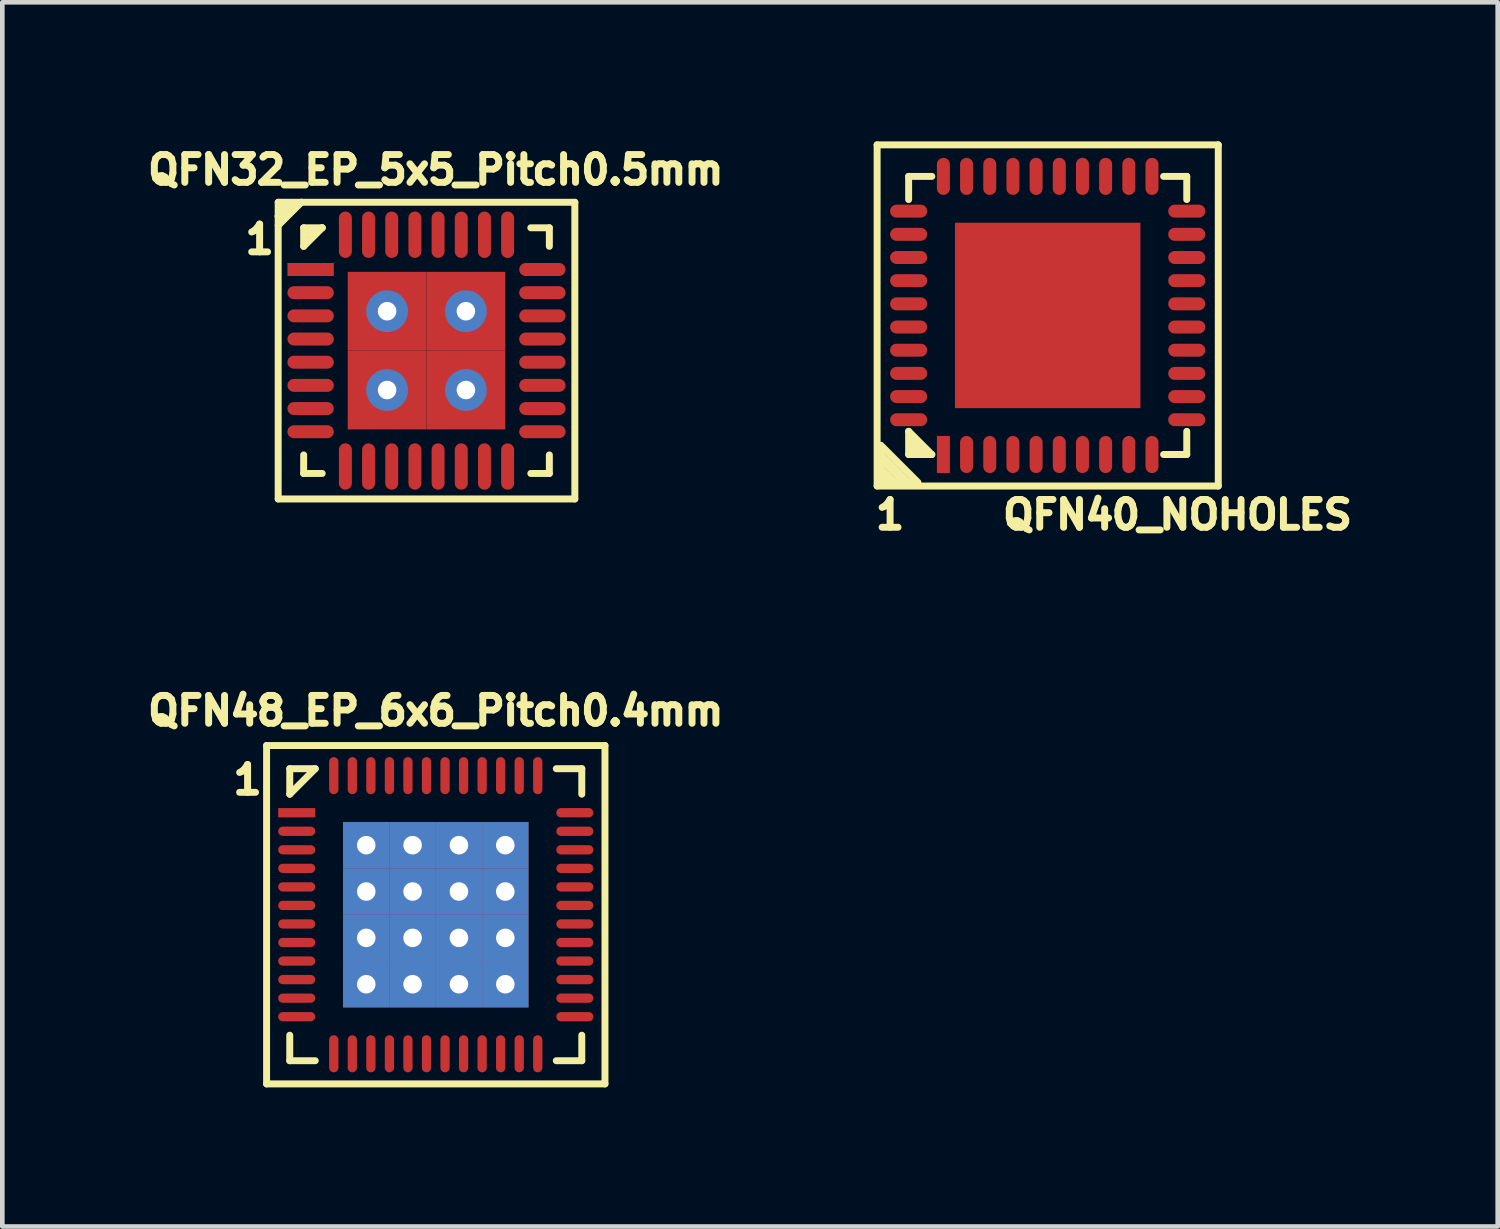
<source format=kicad_pcb>
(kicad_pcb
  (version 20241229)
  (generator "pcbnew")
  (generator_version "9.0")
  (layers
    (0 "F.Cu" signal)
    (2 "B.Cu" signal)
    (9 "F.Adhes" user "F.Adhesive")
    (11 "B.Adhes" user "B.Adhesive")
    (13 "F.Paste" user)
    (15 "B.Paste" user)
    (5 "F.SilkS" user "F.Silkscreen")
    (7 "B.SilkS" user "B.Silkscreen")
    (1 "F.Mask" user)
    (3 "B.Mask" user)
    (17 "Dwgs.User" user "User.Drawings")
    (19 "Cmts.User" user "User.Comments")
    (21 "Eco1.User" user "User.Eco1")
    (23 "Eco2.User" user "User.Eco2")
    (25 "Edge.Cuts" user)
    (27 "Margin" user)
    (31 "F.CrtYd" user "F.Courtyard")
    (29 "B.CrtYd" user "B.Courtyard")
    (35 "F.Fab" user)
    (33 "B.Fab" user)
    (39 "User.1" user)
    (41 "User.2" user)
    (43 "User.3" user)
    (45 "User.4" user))
  (footprint "QFN40_NOHOLES"
    (layer "F.Cu")
    (at 19.552 3.755)
    (property "Reference" "QFN40_NOHOLES" (at 2.8 4.3 180) (layer "F.SilkS") (effects (font (size 0.6 0.6) (thickness 0.15))))
    (attr smd)
    (fp_line (start -3.68 -3.68) (end 3.68 -3.68) (stroke (width 0.15) (type solid)) (layer "F.SilkS"))
    (fp_line (start -3.68 3.68) (end -3.68 -3.68) (stroke (width 0.15) (type solid)) (layer "F.SilkS"))
    (fp_line (start -3.6 2.8) (end -2.8 3.6) (stroke (width 0.15) (type solid)) (layer "F.SilkS"))
    (fp_line (start -3.6 2.9) (end -3.6 3.6) (stroke (width 0.15) (type solid)) (layer "F.SilkS"))
    (fp_line (start -3.6 3) (end -3 3.6) (stroke (width 0.15) (type solid)) (layer "F.SilkS"))
    (fp_line (start -3.6 3.1) (end -3.1 3.6) (stroke (width 0.15) (type solid)) (layer "F.SilkS"))
    (fp_line (start -3.6 3.3) (end -3.3 3.6) (stroke (width 0.15) (type solid)) (layer "F.SilkS"))
    (fp_line (start -3.6 3.4) (end -3.4 3.6) (stroke (width 0.15) (type solid)) (layer "F.SilkS"))
    (fp_line (start -3.6 3.6) (end -2.9 3.6) (stroke (width 0.15) (type solid)) (layer "F.SilkS"))
    (fp_line (start -3 -3) (end -2.5 -3) (stroke (width 0.15) (type solid)) (layer "F.SilkS"))
    (fp_line (start -3 -2.5) (end -3 -3) (stroke (width 0.15) (type solid)) (layer "F.SilkS"))
    (fp_line (start -3 2.5) (end -2.5 3) (stroke (width 0.15) (type solid)) (layer "F.SilkS"))
    (fp_line (start -3 3) (end -3 2.5) (stroke (width 0.15) (type solid)) (layer "F.SilkS"))
    (fp_line (start -2.9 2.7) (end -2.7 2.9) (stroke (width 0.15) (type solid)) (layer "F.SilkS"))
    (fp_line (start -2.9 2.9) (end -2.9 2.8) (stroke (width 0.15) (type solid)) (layer "F.SilkS"))
    (fp_line (start -2.7 2.9) (end -2.9 2.9) (stroke (width 0.15) (type solid)) (layer "F.SilkS"))
    (fp_line (start -2.5 3) (end -3 3) (stroke (width 0.15) (type solid)) (layer "F.SilkS"))
    (fp_line (start 2.5 -3) (end 3 -3) (stroke (width 0.15) (type solid)) (layer "F.SilkS"))
    (fp_line (start 3 -3) (end 3 -2.5) (stroke (width 0.15) (type solid)) (layer "F.SilkS"))
    (fp_line (start 3 2.5) (end 3 3) (stroke (width 0.15) (type solid)) (layer "F.SilkS"))
    (fp_line (start 3 3) (end 2.5 3) (stroke (width 0.15) (type solid)) (layer "F.SilkS"))
    (fp_line (start 3.68 -3.68) (end 3.68 3.68) (stroke (width 0.15) (type solid)) (layer "F.SilkS"))
    (fp_line (start 3.68 3.68) (end -3.68 3.68) (stroke (width 0.15) (type solid)) (layer "F.SilkS"))
    (fp_text user "1" (at -3.4 4.3 0) (layer "F.SilkS") (effects (font (size 0.6 0.6) (thickness 0.15))))
    (pad "1" smd rect (at -2.25 3) (size 0.28 0.8) (layers "F.Cu" "F.Mask"))
    (pad "2" smd oval (at -1.75 3) (size 0.28 0.8) (layers "F.Cu" "F.Mask"))
    (pad "3" smd oval (at -1.25 3) (size 0.28 0.8) (layers "F.Cu" "F.Mask"))
    (pad "4" smd oval (at -0.75 3) (size 0.28 0.8) (layers "F.Cu" "F.Mask"))
    (pad "5" smd oval (at -0.25 3) (size 0.28 0.8) (layers "F.Cu" "F.Mask"))
    (pad "6" smd oval (at 0.25 3) (size 0.28 0.8) (layers "F.Cu" "F.Mask"))
    (pad "7" smd oval (at 0.75 3) (size 0.28 0.8) (layers "F.Cu" "F.Mask"))
    (pad "8" smd oval (at 1.25 3) (size 0.28 0.8) (layers "F.Cu" "F.Mask"))
    (pad "9" smd oval (at 1.75 3) (size 0.28 0.8) (layers "F.Cu" "F.Mask"))
    (pad "10" smd oval (at 2.25 3) (size 0.28 0.8) (layers "F.Cu" "F.Mask"))
    (pad "11" smd oval (at 3 2.25 90) (size 0.28 0.8) (layers "F.Cu" "F.Mask"))
    (pad "12" smd oval (at 3 1.75 90) (size 0.28 0.8) (layers "F.Cu" "F.Mask"))
    (pad "13" smd oval (at 3 1.25 90) (size 0.28 0.8) (layers "F.Cu" "F.Mask"))
    (pad "14" smd oval (at 3 0.75 90) (size 0.28 0.8) (layers "F.Cu" "F.Mask"))
    (pad "15" smd oval (at 3 0.25 90) (size 0.28 0.8) (layers "F.Cu" "F.Mask"))
    (pad "16" smd oval (at 3 -0.25 90) (size 0.28 0.8) (layers "F.Cu" "F.Mask"))
    (pad "17" smd oval (at 3 -0.75 90) (size 0.28 0.8) (layers "F.Cu" "F.Mask"))
    (pad "18" smd oval (at 3 -1.25 90) (size 0.28 0.8) (layers "F.Cu" "F.Mask"))
    (pad "19" smd oval (at 3 -1.75 90) (size 0.28 0.8) (layers "F.Cu" "F.Mask"))
    (pad "20" smd oval (at 3 -2.25 90) (size 0.28 0.8) (layers "F.Cu" "F.Mask"))
    (pad "21" smd oval (at 2.25 -3) (size 0.28 0.8) (layers "F.Cu" "F.Mask"))
    (pad "22" smd oval (at 1.75 -3) (size 0.28 0.8) (layers "F.Cu" "F.Mask"))
    (pad "23" smd oval (at 1.25 -3) (size 0.28 0.8) (layers "F.Cu" "F.Mask"))
    (pad "24" smd oval (at 0.75 -3) (size 0.28 0.8) (layers "F.Cu" "F.Mask"))
    (pad "25" smd oval (at 0.25 -3) (size 0.28 0.8) (layers "F.Cu" "F.Mask"))
    (pad "26" smd oval (at -0.25 -3) (size 0.28 0.8) (layers "F.Cu" "F.Mask"))
    (pad "27" smd oval (at -0.75 -3) (size 0.28 0.8) (layers "F.Cu" "F.Mask"))
    (pad "28" smd oval (at -1.25 -3) (size 0.28 0.8) (layers "F.Cu" "F.Mask"))
    (pad "29" smd oval (at -1.75 -3) (size 0.28 0.8) (layers "F.Cu" "F.Mask"))
    (pad "30" smd oval (at -2.25 -3) (size 0.28 0.8) (layers "F.Cu" "F.Mask"))
    (pad "31" smd oval (at -3 -2.25 90) (size 0.28 0.8) (layers "F.Cu" "F.Mask"))
    (pad "32" smd oval (at -3 -1.75 90) (size 0.28 0.8) (layers "F.Cu" "F.Mask"))
    (pad "33" smd oval (at -3 -1.25 90) (size 0.28 0.8) (layers "F.Cu" "F.Mask"))
    (pad "34" smd oval (at -3 -0.75 90) (size 0.28 0.8) (layers "F.Cu" "F.Mask"))
    (pad "35" smd oval (at -3 -0.25 90) (size 0.28 0.8) (layers "F.Cu" "F.Mask"))
    (pad "36" smd oval (at -3 0.25 90) (size 0.28 0.8) (layers "F.Cu" "F.Mask"))
    (pad "37" smd oval (at -3 0.75 90) (size 0.28 0.8) (layers "F.Cu" "F.Mask"))
    (pad "38" smd oval (at -3 1.25 90) (size 0.28 0.8) (layers "F.Cu" "F.Mask"))
    (pad "39" smd oval (at -3 1.75 90) (size 0.28 0.8) (layers "F.Cu" "F.Mask"))
    (pad "40" smd oval (at -3 2.25 90) (size 0.28 0.8) (layers "F.Cu" "F.Mask"))
    (pad "PAD" smd rect (at 0 0) (size 4 4) (layers "F.Cu" "F.Mask" "F.Paste")))
  (footprint "QFN32_EP_5x5_Pitch0.5mm"
    (layer "F.Cu")
    (at 6.151 4.514)
    (property "Reference" "QFN32_EP_5x5_Pitch0.5mm" (at 0.2 -3.9 0) (layer "F.SilkS") (effects (font (size 0.6 0.6) (thickness 0.15))))
    (attr smd)
    (fp_line (start -3.2 -3.2) (end 3.2 -3.2) (stroke (width 0.15) (type solid)) (layer "F.SilkS"))
    (fp_line (start -3.2 -2.9) (end -3.1 -3.1) (stroke (width 0.15) (type solid)) (layer "F.SilkS"))
    (fp_line (start -3.2 -2.7) (end -2.7 -3.2) (stroke (width 0.15) (type solid)) (layer "F.SilkS"))
    (fp_line (start -3.2 3.2) (end -3.2 -3.2) (stroke (width 0.15) (type solid)) (layer "F.SilkS"))
    (fp_line (start -3.1 -3.1) (end -3 -3.1) (stroke (width 0.15) (type solid)) (layer "F.SilkS"))
    (fp_line (start -2.7 -3.2) (end -3.2 -2.9) (stroke (width 0.15) (type solid)) (layer "F.SilkS"))
    (fp_line (start -2.65 -2.65) (end -2.65 -2.25) (stroke (width 0.15) (type solid)) (layer "F.SilkS"))
    (fp_line (start -2.65 -2.25) (end -2.25 -2.65) (stroke (width 0.15) (type solid)) (layer "F.SilkS"))
    (fp_line (start -2.65 2.65) (end -2.65 2.25) (stroke (width 0.15) (type solid)) (layer "F.SilkS"))
    (fp_line (start -2.25 -2.65) (end -2.65 -2.65) (stroke (width 0.15) (type solid)) (layer "F.SilkS"))
    (fp_line (start -2.25 -2.65) (end -2.6 -2.5) (stroke (width 0.15) (type solid)) (layer "F.SilkS"))
    (fp_line (start -2.25 2.65) (end -2.65 2.65) (stroke (width 0.15) (type solid)) (layer "F.SilkS"))
    (fp_line (start 2.25 -2.65) (end 2.65 -2.65) (stroke (width 0.15) (type solid)) (layer "F.SilkS"))
    (fp_line (start 2.25 2.65) (end 2.65 2.65) (stroke (width 0.15) (type solid)) (layer "F.SilkS"))
    (fp_line (start 2.65 -2.65) (end 2.65 -2.25) (stroke (width 0.15) (type solid)) (layer "F.SilkS"))
    (fp_line (start 2.65 2.65) (end 2.65 2.25) (stroke (width 0.15) (type solid)) (layer "F.SilkS"))
    (fp_line (start 3.2 -3.2) (end 3.2 3.2) (stroke (width 0.15) (type solid)) (layer "F.SilkS"))
    (fp_line (start 3.2 3.2) (end -3.2 3.2) (stroke (width 0.15) (type solid)) (layer "F.SilkS"))
    (fp_text user "1" (at -3.6 -2.4 0) (layer "F.SilkS") (effects (font (size 0.6 0.6) (thickness 0.15))))
    (pad "1" smd rect (at -2.5 -1.75 90) (size 0.28 1) (layers "F.Cu" "F.Mask" "F.Paste"))
    (pad "2" smd oval (at -2.5 -1.25 90) (size 0.28 1) (layers "F.Cu" "F.Mask" "F.Paste"))
    (pad "3" smd oval (at -2.5 -0.75 90) (size 0.28 1) (layers "F.Cu" "F.Mask" "F.Paste"))
    (pad "4" smd oval (at -2.5 -0.25 90) (size 0.28 1) (layers "F.Cu" "F.Mask" "F.Paste"))
    (pad "5" smd oval (at -2.5 0.25 90) (size 0.28 1) (layers "F.Cu" "F.Mask" "F.Paste"))
    (pad "6" smd oval (at -2.5 0.75 90) (size 0.28 1) (layers "F.Cu" "F.Mask" "F.Paste"))
    (pad "7" smd oval (at -2.5 1.25 90) (size 0.28 1) (layers "F.Cu" "F.Mask" "F.Paste"))
    (pad "8" smd oval (at -2.5 1.75 90) (size 0.28 1) (layers "F.Cu" "F.Mask" "F.Paste"))
    (pad "9" smd oval (at -1.75 2.5) (size 0.28 1) (layers "F.Cu" "F.Mask" "F.Paste"))
    (pad "10" smd oval (at -1.25 2.5) (size 0.28 1) (layers "F.Cu" "F.Mask" "F.Paste"))
    (pad "11" smd oval (at -0.75 2.5) (size 0.28 1) (layers "F.Cu" "F.Mask" "F.Paste"))
    (pad "12" smd oval (at -0.25 2.5) (size 0.28 1) (layers "F.Cu" "F.Mask" "F.Paste"))
    (pad "13" smd oval (at 0.25 2.5) (size 0.28 1) (layers "F.Cu" "F.Mask" "F.Paste"))
    (pad "14" smd oval (at 0.75 2.5) (size 0.28 1) (layers "F.Cu" "F.Mask" "F.Paste"))
    (pad "15" smd oval (at 1.25 2.5) (size 0.28 1) (layers "F.Cu" "F.Mask" "F.Paste"))
    (pad "16" smd oval (at 1.75 2.5) (size 0.28 1) (layers "F.Cu" "F.Mask" "F.Paste"))
    (pad "17" smd oval (at 2.5 1.75 90) (size 0.28 1) (layers "F.Cu" "F.Mask" "F.Paste"))
    (pad "18" smd oval (at 2.5 1.25 90) (size 0.28 1) (layers "F.Cu" "F.Mask" "F.Paste"))
    (pad "19" smd oval (at 2.5 0.75 90) (size 0.28 1) (layers "F.Cu" "F.Mask" "F.Paste"))
    (pad "20" smd oval (at 2.5 0.25 90) (size 0.28 1) (layers "F.Cu" "F.Mask" "F.Paste"))
    (pad "21" smd oval (at 2.5 -0.25 90) (size 0.28 1) (layers "F.Cu" "F.Mask" "F.Paste"))
    (pad "22" smd oval (at 2.5 -0.75 90) (size 0.28 1) (layers "F.Cu" "F.Mask" "F.Paste"))
    (pad "23" smd oval (at 2.5 -1.25 90) (size 0.28 1) (layers "F.Cu" "F.Mask" "F.Paste"))
    (pad "24" smd oval (at 2.5 -1.75 90) (size 0.28 1) (layers "F.Cu" "F.Mask" "F.Paste"))
    (pad "25" smd oval (at 1.75 -2.5) (size 0.28 1) (layers "F.Cu" "F.Mask" "F.Paste"))
    (pad "26" smd oval (at 1.25 -2.5) (size 0.28 1) (layers "F.Cu" "F.Mask" "F.Paste"))
    (pad "27" smd oval (at 0.75 -2.5) (size 0.28 1) (layers "F.Cu" "F.Mask" "F.Paste"))
    (pad "28" smd oval (at 0.25 -2.5) (size 0.28 1) (layers "F.Cu" "F.Mask" "F.Paste"))
    (pad "29" smd oval (at -0.25 -2.5) (size 0.28 1) (layers "F.Cu" "F.Mask" "F.Paste"))
    (pad "30" smd oval (at -0.75 -2.5) (size 0.28 1) (layers "F.Cu" "F.Mask" "F.Paste"))
    (pad "31" smd oval (at -1.25 -2.5) (size 0.28 1) (layers "F.Cu" "F.Mask" "F.Paste"))
    (pad "32" smd oval (at -1.75 -2.5) (size 0.28 1) (layers "F.Cu" "F.Mask" "F.Paste"))
    (pad "PAD" thru_hole circle (at -0.85 -0.85) (size 0.9 0.9) (drill 0.4) (layers "*.Cu" "F.Mask"))
    (pad "PAD" smd rect (at -0.85 -0.85) (size 1.7 1.7) (layers "F.Cu" "F.Mask" "F.Paste"))
    (pad "PAD" thru_hole circle (at -0.85 0.85) (size 0.9 0.9) (drill 0.4) (layers "*.Cu" "F.Mask"))
    (pad "PAD" smd rect (at -0.85 0.85) (size 1.7 1.7) (layers "F.Cu" "F.Mask" "F.Paste"))
    (pad "PAD" thru_hole circle (at 0.85 -0.85) (size 0.9 0.9) (drill 0.4) (layers "*.Cu" "F.Mask"))
    (pad "PAD" smd rect (at 0.85 -0.85) (size 1.7 1.7) (layers "F.Cu" "F.Mask" "F.Paste"))
    (pad "PAD" thru_hole circle (at 0.85 0.85) (size 0.9 0.9) (drill 0.4) (layers "*.Cu" "F.Mask"))
    (pad "PAD" smd rect (at 0.85 0.85) (size 1.7 1.7) (layers "F.Cu" "F.Mask" "F.Paste")))
  (footprint "QFN48_EP_6x6_Pitch0.4mm"
    (layer "F.Cu")
    (at 6.351 16.683)
    (property "Reference" "QFN48_EP_6x6_Pitch0.4mm" (at 0 -4.4 0) (layer "F.SilkS") (effects (font (size 0.6 0.6) (thickness 0.15))))
    (attr smd)
    (fp_line (start -3.65 -3.65) (end 3.65 -3.65) (stroke (width 0.15) (type solid)) (layer "F.SilkS"))
    (fp_line (start -3.65 3.65) (end -3.65 -3.65) (stroke (width 0.15) (type solid)) (layer "F.SilkS"))
    (fp_line (start -3.15 -3.15) (end -2.6 -3.15) (stroke (width 0.15) (type solid)) (layer "F.SilkS"))
    (fp_line (start -3.15 -2.6) (end -3.15 -3.15) (stroke (width 0.15) (type solid)) (layer "F.SilkS"))
    (fp_line (start -3.15 3.15) (end -3.15 2.6) (stroke (width 0.15) (type solid)) (layer "F.SilkS"))
    (fp_line (start -2.6 -3.15) (end -3.15 -2.6) (stroke (width 0.15) (type solid)) (layer "F.SilkS"))
    (fp_line (start -2.6 3.15) (end -3.15 3.15) (stroke (width 0.15) (type solid)) (layer "F.SilkS"))
    (fp_line (start 2.6 -3.15) (end 3.15 -3.15) (stroke (width 0.15) (type solid)) (layer "F.SilkS"))
    (fp_line (start 2.6 3.15) (end 3.15 3.15) (stroke (width 0.15) (type solid)) (layer "F.SilkS"))
    (fp_line (start 3.15 -3.15) (end 3.15 -2.6) (stroke (width 0.15) (type solid)) (layer "F.SilkS"))
    (fp_line (start 3.15 3.15) (end 3.15 2.6) (stroke (width 0.15) (type solid)) (layer "F.SilkS"))
    (fp_line (start 3.65 -3.65) (end 3.65 3.65) (stroke (width 0.15) (type solid)) (layer "F.SilkS"))
    (fp_line (start 3.65 3.65) (end -3.65 3.65) (stroke (width 0.15) (type solid)) (layer "F.SilkS"))
    (fp_text user "1" (at -4.06 -2.91 0) (layer "F.SilkS") (effects (font (size 0.6 0.6) (thickness 0.15))))
    (pad "1" smd rect (at -3 -2.2 90) (size 0.2 0.8) (layers "F.Cu" "F.Mask" "F.Paste"))
    (pad "2" smd oval (at -3 -1.8 90) (size 0.2 0.8) (layers "F.Cu" "F.Mask" "F.Paste"))
    (pad "3" smd oval (at -3 -1.4 90) (size 0.2 0.8) (layers "F.Cu" "F.Mask" "F.Paste"))
    (pad "4" smd oval (at -3 -1 90) (size 0.2 0.8) (layers "F.Cu" "F.Mask" "F.Paste"))
    (pad "5" smd oval (at -3 -0.6 90) (size 0.2 0.8) (layers "F.Cu" "F.Mask" "F.Paste"))
    (pad "6" smd oval (at -3 -0.2 90) (size 0.2 0.8) (layers "F.Cu" "F.Mask" "F.Paste"))
    (pad "7" smd oval (at -3 0.2 90) (size 0.2 0.8) (layers "F.Cu" "F.Mask" "F.Paste"))
    (pad "8" smd oval (at -3 0.6 90) (size 0.2 0.8) (layers "F.Cu" "F.Mask" "F.Paste"))
    (pad "9" smd oval (at -3 1 90) (size 0.2 0.8) (layers "F.Cu" "F.Mask" "F.Paste"))
    (pad "10" smd oval (at -3 1.4 90) (size 0.2 0.8) (layers "F.Cu" "F.Mask" "F.Paste"))
    (pad "11" smd oval (at -3 1.8 90) (size 0.2 0.8) (layers "F.Cu" "F.Mask" "F.Paste"))
    (pad "12" smd oval (at -3 2.2 90) (size 0.2 0.8) (layers "F.Cu" "F.Mask" "F.Paste"))
    (pad "13" smd oval (at -2.2 3) (size 0.2 0.8) (layers "F.Cu" "F.Mask" "F.Paste"))
    (pad "14" smd oval (at -1.8 3) (size 0.2 0.8) (layers "F.Cu" "F.Mask" "F.Paste"))
    (pad "15" smd oval (at -1.4 3) (size 0.2 0.8) (layers "F.Cu" "F.Mask" "F.Paste"))
    (pad "16" smd oval (at -1 3) (size 0.2 0.8) (layers "F.Cu" "F.Mask" "F.Paste"))
    (pad "17" smd oval (at -0.6 3) (size 0.2 0.8) (layers "F.Cu" "F.Mask" "F.Paste"))
    (pad "18" smd oval (at -0.2 3) (size 0.2 0.8) (layers "F.Cu" "F.Mask" "F.Paste"))
    (pad "19" smd oval (at 0.2 3) (size 0.2 0.8) (layers "F.Cu" "F.Mask" "F.Paste"))
    (pad "20" smd oval (at 0.6 3) (size 0.2 0.8) (layers "F.Cu" "F.Mask" "F.Paste"))
    (pad "21" smd oval (at 1 3) (size 0.2 0.8) (layers "F.Cu" "F.Mask" "F.Paste"))
    (pad "22" smd oval (at 1.4 3) (size 0.2 0.8) (layers "F.Cu" "F.Mask" "F.Paste"))
    (pad "23" smd oval (at 1.8 3) (size 0.2 0.8) (layers "F.Cu" "F.Mask" "F.Paste"))
    (pad "24" smd oval (at 2.2 3) (size 0.2 0.8) (layers "F.Cu" "F.Mask" "F.Paste"))
    (pad "25" smd oval (at 3 2.2 90) (size 0.2 0.8) (layers "F.Cu" "F.Mask" "F.Paste"))
    (pad "26" smd oval (at 3 1.8 90) (size 0.2 0.8) (layers "F.Cu" "F.Mask" "F.Paste"))
    (pad "27" smd oval (at 3 1.4 90) (size 0.2 0.8) (layers "F.Cu" "F.Mask" "F.Paste"))
    (pad "28" smd oval (at 3 1 90) (size 0.2 0.8) (layers "F.Cu" "F.Mask" "F.Paste"))
    (pad "29" smd oval (at 3 0.6 90) (size 0.2 0.8) (layers "F.Cu" "F.Mask" "F.Paste"))
    (pad "30" smd oval (at 3 0.2 90) (size 0.2 0.8) (layers "F.Cu" "F.Mask" "F.Paste"))
    (pad "31" smd oval (at 3 -0.2 90) (size 0.2 0.8) (layers "F.Cu" "F.Mask" "F.Paste"))
    (pad "32" smd oval (at 3 -0.6 90) (size 0.2 0.8) (layers "F.Cu" "F.Mask" "F.Paste"))
    (pad "33" smd oval (at 3 -1 90) (size 0.2 0.8) (layers "F.Cu" "F.Mask" "F.Paste"))
    (pad "34" smd oval (at 3 -1.4 90) (size 0.2 0.8) (layers "F.Cu" "F.Mask" "F.Paste"))
    (pad "35" smd oval (at 3 -1.8 90) (size 0.2 0.8) (layers "F.Cu" "F.Mask" "F.Paste"))
    (pad "36" smd oval (at 3 -2.2 90) (size 0.2 0.8) (layers "F.Cu" "F.Mask" "F.Paste"))
    (pad "37" smd oval (at 2.2 -3) (size 0.2 0.8) (layers "F.Cu" "F.Mask" "F.Paste"))
    (pad "38" smd oval (at 1.8 -3) (size 0.2 0.8) (layers "F.Cu" "F.Mask" "F.Paste"))
    (pad "39" smd oval (at 1.4 -3) (size 0.2 0.8) (layers "F.Cu" "F.Mask" "F.Paste"))
    (pad "40" smd oval (at 1 -3) (size 0.2 0.8) (layers "F.Cu" "F.Mask" "F.Paste"))
    (pad "41" smd oval (at 0.6 -3) (size 0.2 0.8) (layers "F.Cu" "F.Mask" "F.Paste"))
    (pad "42" smd oval (at 0.2 -3) (size 0.2 0.8) (layers "F.Cu" "F.Mask" "F.Paste"))
    (pad "43" smd oval (at -0.2 -3) (size 0.2 0.8) (layers "F.Cu" "F.Mask" "F.Paste"))
    (pad "44" smd oval (at -0.6 -3) (size 0.2 0.8) (layers "F.Cu" "F.Mask" "F.Paste"))
    (pad "45" smd oval (at -1 -3) (size 0.2 0.8) (layers "F.Cu" "F.Mask" "F.Paste"))
    (pad "46" smd oval (at -1.4 -3) (size 0.2 0.8) (layers "F.Cu" "F.Mask" "F.Paste"))
    (pad "47" smd oval (at -1.8 -3) (size 0.2 0.8) (layers "F.Cu" "F.Mask" "F.Paste"))
    (pad "48" smd oval (at -2.2 -3) (size 0.2 0.8) (layers "F.Cu" "F.Mask" "F.Paste"))
    (pad "PAD" thru_hole rect (at -1.5 -1.5) (size 1 1) (drill 0.4) (layers "*.Cu" "F.Mask"))
    (pad "PAD" thru_hole rect (at -1.5 -0.5) (size 1 1) (drill 0.4) (layers "*.Cu" "F.Mask"))
    (pad "PAD" thru_hole rect (at -1.5 0.5) (size 1 1) (drill 0.4) (layers "*.Cu" "F.Mask"))
    (pad "PAD" thru_hole rect (at -1.5 1.5) (size 1 1) (drill 0.4) (layers "*.Cu" "F.Mask"))
    (pad "PAD" thru_hole rect (at -0.5 -1.5) (size 1 1) (drill 0.4) (layers "*.Cu" "F.Mask"))
    (pad "PAD" thru_hole rect (at -0.5 -0.5) (size 1 1) (drill 0.4) (layers "*.Cu" "F.Mask"))
    (pad "PAD" thru_hole rect (at -0.5 0.5) (size 1 1) (drill 0.4) (layers "*.Cu" "F.Mask"))
    (pad "PAD" thru_hole rect (at -0.5 1.5) (size 1 1) (drill 0.4) (layers "*.Cu" "F.Mask"))
    (pad "PAD" thru_hole rect (at 0.5 -1.5) (size 1 1) (drill 0.4) (layers "*.Cu" "F.Mask"))
    (pad "PAD" thru_hole rect (at 0.5 -0.5) (size 1 1) (drill 0.4) (layers "*.Cu" "F.Mask"))
    (pad "PAD" thru_hole rect (at 0.5 0.5) (size 1 1) (drill 0.4) (layers "*.Cu" "F.Mask"))
    (pad "PAD" thru_hole rect (at 0.5 1.5) (size 1 1) (drill 0.4) (layers "*.Cu" "F.Mask"))
    (pad "PAD" thru_hole rect (at 1.5 -1.5) (size 1 1) (drill 0.4) (layers "*.Cu" "F.Mask"))
    (pad "PAD" thru_hole rect (at 1.5 -0.5) (size 1 1) (drill 0.4) (layers "*.Cu" "F.Mask"))
    (pad "PAD" thru_hole rect (at 1.5 0.5) (size 1 1) (drill 0.4) (layers "*.Cu" "F.Mask"))
    (pad "PAD" thru_hole rect (at 1.5 1.5) (size 1 1) (drill 0.4) (layers "*.Cu" "F.Mask")))
  (gr_rect
    (start -3 -3)
    (end 29.26 23.409)
    (stroke (width 0.1) (type default))
    (fill no)
    (layer "Edge.Cuts")))
</source>
